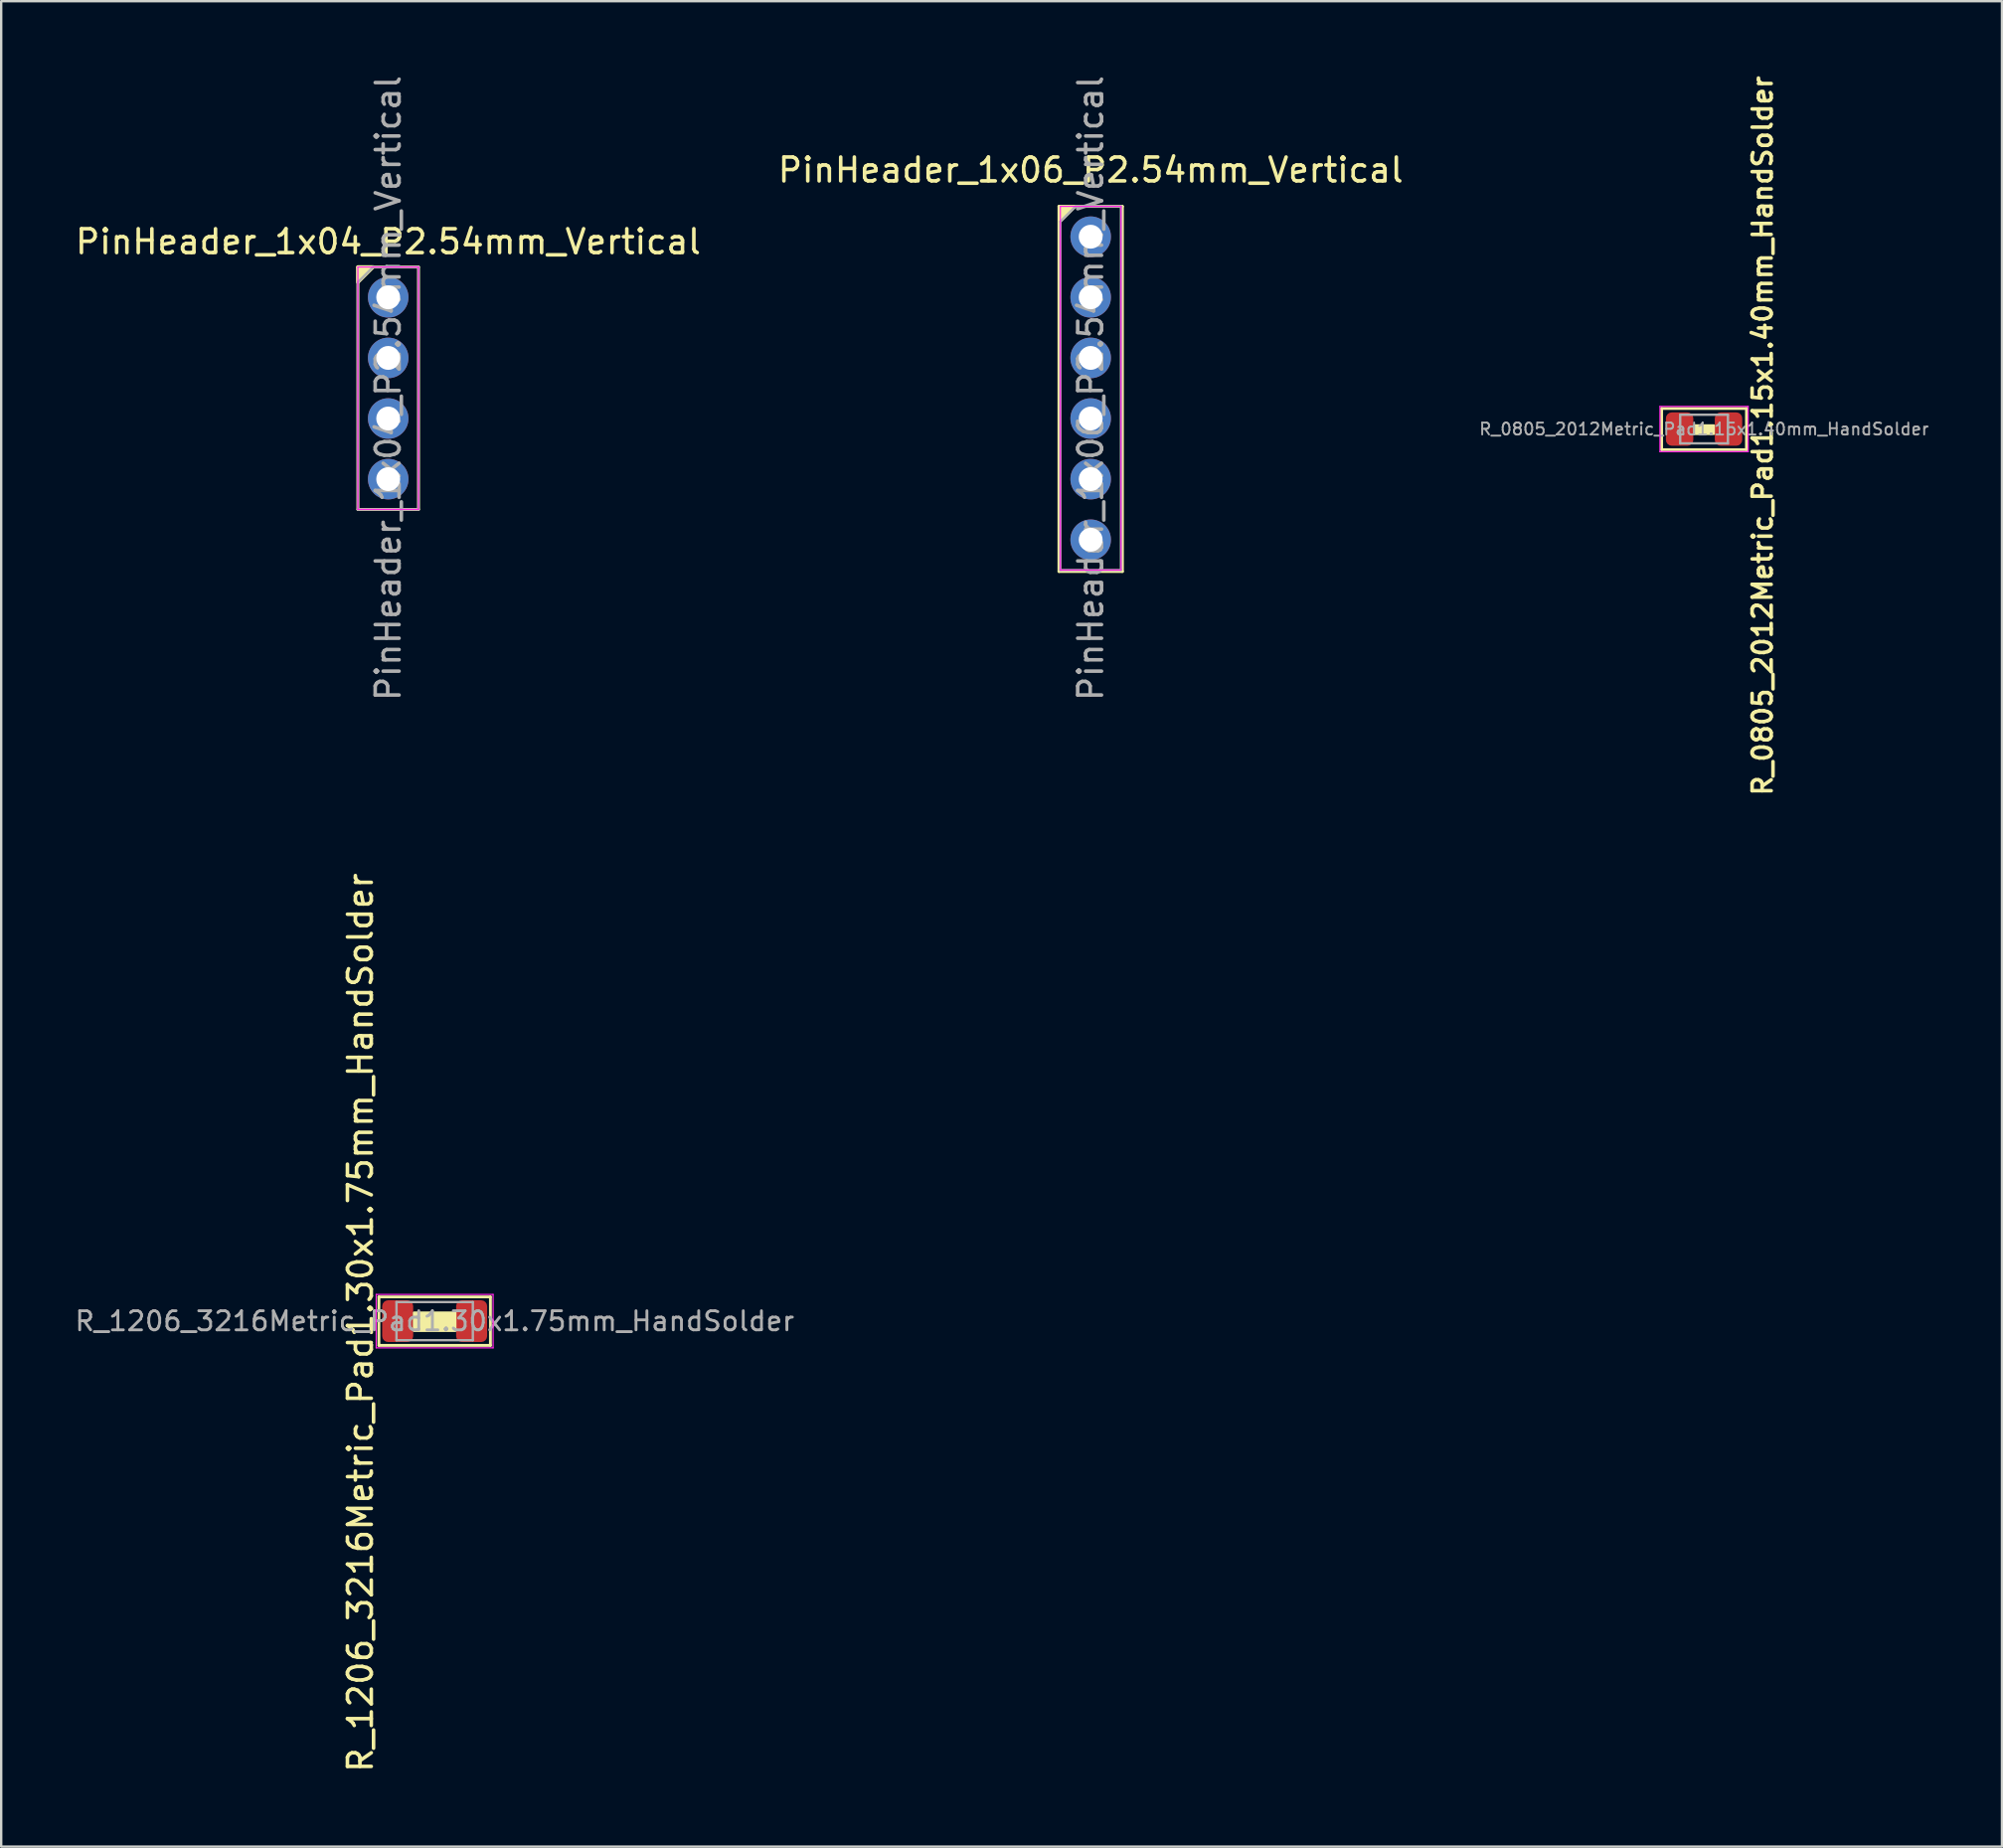
<source format=kicad_pcb>
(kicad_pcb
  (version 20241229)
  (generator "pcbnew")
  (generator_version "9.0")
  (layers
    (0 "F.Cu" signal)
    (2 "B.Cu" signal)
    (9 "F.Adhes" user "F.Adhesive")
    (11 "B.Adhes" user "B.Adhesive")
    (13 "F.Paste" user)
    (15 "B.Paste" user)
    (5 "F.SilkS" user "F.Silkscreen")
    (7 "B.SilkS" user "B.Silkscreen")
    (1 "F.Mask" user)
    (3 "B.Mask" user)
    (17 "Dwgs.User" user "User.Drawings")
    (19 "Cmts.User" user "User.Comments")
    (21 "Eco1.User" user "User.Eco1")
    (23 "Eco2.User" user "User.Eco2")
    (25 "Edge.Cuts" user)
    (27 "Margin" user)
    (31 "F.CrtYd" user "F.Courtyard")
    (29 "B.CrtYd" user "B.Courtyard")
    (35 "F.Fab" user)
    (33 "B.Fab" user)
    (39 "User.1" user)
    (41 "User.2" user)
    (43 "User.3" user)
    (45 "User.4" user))
  (footprint "PinHeader_1x04_P2.54mm_Vertical"
    (layer "F.Cu")
    (at 13.22 9.41)
    (property "Reference" "PinHeader_1x04_P2.54mm_Vertical" (at 0 -2.33 180) (layer "F.SilkS") (effects (font (size 1 1) (thickness 0.15))))
    (attr through_hole)
    (fp_line (start -1.27 -1.27) (end -1.27 8.89) (stroke (width 0.12) (type solid)) (layer "F.SilkS"))
    (fp_line (start -1.27 -1.27) (end 1.27 -1.27) (stroke (width 0.12) (type solid)) (layer "F.SilkS"))
    (fp_line (start -1.27 8.89) (end 1.27 8.89) (stroke (width 0.12) (type solid)) (layer "F.SilkS"))
    (fp_line (start 1.27 -1.27) (end 1.27 8.89) (stroke (width 0.12) (type solid)) (layer "F.SilkS"))
    (fp_poly (pts (xy -1.27 -0.635) (xy -1.27 -1.27) (xy -0.635 -1.27)) (stroke (width 0.15) (type solid)) (fill yes) (layer "F.SilkS"))
    (fp_line (start -1.27 -1.27) (end -1.27 8.89) (stroke (width 0.05) (type solid)) (layer "F.CrtYd"))
    (fp_line (start -1.27 8.89) (end 1.27 8.89) (stroke (width 0.05) (type solid)) (layer "F.CrtYd"))
    (fp_line (start 1.27 -1.27) (end -1.27 -1.27) (stroke (width 0.05) (type solid)) (layer "F.CrtYd"))
    (fp_line (start 1.27 8.89) (end 1.27 -1.27) (stroke (width 0.05) (type solid)) (layer "F.CrtYd"))
    (fp_line (start -1.27 -0.635) (end -0.635 -1.27) (stroke (width 0.1) (type solid)) (layer "F.Fab"))
    (fp_line (start -1.27 8.89) (end -1.27 -0.635) (stroke (width 0.1) (type solid)) (layer "F.Fab"))
    (fp_line (start -0.635 -1.27) (end 1.27 -1.27) (stroke (width 0.1) (type solid)) (layer "F.Fab"))
    (fp_line (start 1.27 -1.27) (end 1.27 8.89) (stroke (width 0.1) (type solid)) (layer "F.Fab"))
    (fp_line (start 1.27 8.89) (end -1.27 8.89) (stroke (width 0.1) (type solid)) (layer "F.Fab"))
    (fp_text user "${REFERENCE}" (at 0 3.81 270) (layer "F.Fab") (effects (font (size 1 1) (thickness 0.15))))
    (pad "1" thru_hole circle (at 0 0) (size 1.7 1.7) (drill 1) (layers "*.Cu" "*.Mask"))
    (pad "2" thru_hole oval (at 0 2.54) (size 1.7 1.7) (drill 1) (layers "*.Cu" "*.Mask"))
    (pad "3" thru_hole oval (at 0 5.08) (size 1.7 1.7) (drill 1) (layers "*.Cu" "*.Mask"))
    (pad "4" thru_hole oval (at 0 7.62) (size 1.7 1.7) (drill 1) (layers "*.Cu" "*.Mask")))
  (footprint "R_1206_3216Metric_Pad1.30x1.75mm_HandSolder"
    (layer "F.Cu")
    (at 15.167 52.318)
    (property "Reference" "R_1206_3216Metric_Pad1.30x1.75mm_HandSolder" (at -3.111 0.064 270) (layer "F.SilkS") (effects (font (size 1 1) (thickness 0.15))))
    (attr smd)
    (fp_line (start -2.337 -1.016) (end 2.337 -1.016) (stroke (width 0.12) (type solid)) (layer "F.SilkS"))
    (fp_line (start -2.337 1.016) (end -2.337 -1.016) (stroke (width 0.12) (type solid)) (layer "F.SilkS"))
    (fp_line (start -2.337 1.016) (end 2.337 1.016) (stroke (width 0.12) (type solid)) (layer "F.SilkS"))
    (fp_line (start 2.337 1.016) (end 2.337 -1.016) (stroke (width 0.12) (type solid)) (layer "F.SilkS"))
    (fp_poly (pts (xy 0.864 0.406) (xy -0.864 0.406) (xy -0.864 -0.356) (xy 0.864 -0.356)) (stroke (width 0.1) (type solid)) (fill yes) (layer "F.SilkS"))
    (fp_line (start -2.45 -1.12) (end 2.45 -1.12) (stroke (width 0.05) (type solid)) (layer "F.CrtYd"))
    (fp_line (start -2.45 1.12) (end -2.45 -1.12) (stroke (width 0.05) (type solid)) (layer "F.CrtYd"))
    (fp_line (start 2.45 -1.12) (end 2.45 1.12) (stroke (width 0.05) (type solid)) (layer "F.CrtYd"))
    (fp_line (start 2.45 1.12) (end -2.45 1.12) (stroke (width 0.05) (type solid)) (layer "F.CrtYd"))
    (fp_line (start -1.6 -0.8) (end 1.6 -0.8) (stroke (width 0.1) (type solid)) (layer "F.Fab"))
    (fp_line (start -1.6 0.8) (end -1.6 -0.8) (stroke (width 0.1) (type solid)) (layer "F.Fab"))
    (fp_line (start 1.6 -0.8) (end 1.6 0.8) (stroke (width 0.1) (type solid)) (layer "F.Fab"))
    (fp_line (start 1.6 0.8) (end -1.6 0.8) (stroke (width 0.1) (type solid)) (layer "F.Fab"))
    (fp_text user "${REFERENCE}" (at 0 0 180) (layer "F.Fab") (effects (font (size 0.8 0.8) (thickness 0.12))))
    (pad "1" smd roundrect (at -1.55 0) (size 1.3 1.75) (layers "F.Cu" "F.Mask" "F.Paste") (roundrect_rratio 0.192))
    (pad "2" smd roundrect (at 1.55 0) (size 1.3 1.75) (layers "F.Cu" "F.Mask" "F.Paste") (roundrect_rratio 0.192)))
  (footprint "PinHeader_1x06_P2.54mm_Vertical"
    (layer "F.Cu")
    (at 42.661 6.87)
    (property "Reference" "PinHeader_1x06_P2.54mm_Vertical" (at 0 -2.794 180) (layer "F.SilkS") (effects (font (size 1 1) (thickness 0.15))))
    (attr through_hole)
    (fp_line (start -1.33 -1.27) (end -1.33 14.03) (stroke (width 0.12) (type solid)) (layer "F.SilkS"))
    (fp_line (start -1.33 -1.27) (end 1.33 -1.27) (stroke (width 0.12) (type solid)) (layer "F.SilkS"))
    (fp_line (start -1.33 14.03) (end 1.33 14.03) (stroke (width 0.12) (type solid)) (layer "F.SilkS"))
    (fp_line (start 1.33 -1.27) (end 1.33 14.03) (stroke (width 0.12) (type solid)) (layer "F.SilkS"))
    (fp_poly (pts (xy -1.333 -0.572) (xy -1.33 -1.27) (xy -0.635 -1.27)) (stroke (width 0.1) (type solid)) (fill yes) (layer "F.SilkS"))
    (fp_line (start -1.27 -1.27) (end -1.27 13.97) (stroke (width 0.05) (type solid)) (layer "F.CrtYd"))
    (fp_line (start -1.27 13.97) (end 1.27 13.97) (stroke (width 0.05) (type solid)) (layer "F.CrtYd"))
    (fp_line (start 1.27 -1.27) (end -1.27 -1.27) (stroke (width 0.05) (type solid)) (layer "F.CrtYd"))
    (fp_line (start 1.27 13.97) (end 1.27 -1.27) (stroke (width 0.05) (type solid)) (layer "F.CrtYd"))
    (fp_line (start -1.27 -0.635) (end -0.635 -1.27) (stroke (width 0.1) (type solid)) (layer "F.Fab"))
    (fp_line (start -1.27 13.97) (end -1.27 -0.635) (stroke (width 0.1) (type solid)) (layer "F.Fab"))
    (fp_line (start -0.635 -1.27) (end 1.27 -1.27) (stroke (width 0.1) (type solid)) (layer "F.Fab"))
    (fp_line (start 1.27 -1.27) (end 1.27 13.97) (stroke (width 0.1) (type solid)) (layer "F.Fab"))
    (fp_line (start 1.27 13.97) (end -1.27 13.97) (stroke (width 0.1) (type solid)) (layer "F.Fab"))
    (fp_text user "${REFERENCE}" (at 0 6.35 90) (layer "F.Fab") (effects (font (size 1 1) (thickness 0.15))))
    (pad "1" thru_hole circle (at 0 0) (size 1.7 1.7) (drill 1) (layers "*.Cu" "*.Mask"))
    (pad "2" thru_hole oval (at 0 2.54) (size 1.7 1.7) (drill 1) (layers "*.Cu" "*.Mask"))
    (pad "3" thru_hole oval (at 0 5.08) (size 1.7 1.7) (drill 1) (layers "*.Cu" "*.Mask"))
    (pad "4" thru_hole oval (at 0 7.62) (size 1.7 1.7) (drill 1) (layers "*.Cu" "*.Mask"))
    (pad "5" thru_hole oval (at 0 10.16) (size 1.7 1.7) (drill 1) (layers "*.Cu" "*.Mask"))
    (pad "6" thru_hole oval (at 0 12.7) (size 1.7 1.7) (drill 1) (layers "*.Cu" "*.Mask")))
  (footprint "R_0805_2012Metric_Pad1.15x1.40mm_HandSolder"
    (layer "F.Cu")
    (at 68.368 14.932)
    (property "Reference" "R_0805_2012Metric_Pad1.15x1.40mm_HandSolder" (at 2.451 0.279 270) (layer "F.SilkS") (effects (font (size 0.8 0.8) (thickness 0.15))))
    (attr smd)
    (fp_line (start -1.778 -0.864) (end 1.778 -0.864) (stroke (width 0.12) (type solid)) (layer "F.SilkS"))
    (fp_line (start -1.778 0.864) (end -1.778 -0.864) (stroke (width 0.12) (type solid)) (layer "F.SilkS"))
    (fp_line (start -1.778 0.864) (end 1.778 0.864) (stroke (width 0.12) (type solid)) (layer "F.SilkS"))
    (fp_line (start 1.778 0.864) (end 1.778 -0.864) (stroke (width 0.12) (type solid)) (layer "F.SilkS"))
    (fp_poly (pts (xy 0.406 0.203) (xy -0.406 0.203) (xy -0.406 -0.152) (xy 0.406 -0.152)) (stroke (width 0.1) (type solid)) (fill yes) (layer "F.SilkS"))
    (fp_line (start -1.85 -0.95) (end 1.85 -0.95) (stroke (width 0.05) (type solid)) (layer "F.CrtYd"))
    (fp_line (start -1.85 0.95) (end -1.85 -0.95) (stroke (width 0.05) (type solid)) (layer "F.CrtYd"))
    (fp_line (start 1.85 -0.95) (end 1.85 0.95) (stroke (width 0.05) (type solid)) (layer "F.CrtYd"))
    (fp_line (start 1.85 0.95) (end -1.85 0.95) (stroke (width 0.05) (type solid)) (layer "F.CrtYd"))
    (fp_line (start -1 -0.6) (end 1 -0.6) (stroke (width 0.1) (type solid)) (layer "F.Fab"))
    (fp_line (start -1 0.6) (end -1 -0.6) (stroke (width 0.1) (type solid)) (layer "F.Fab"))
    (fp_line (start 1 -0.6) (end 1 0.6) (stroke (width 0.1) (type solid)) (layer "F.Fab"))
    (fp_line (start 1 0.6) (end -1 0.6) (stroke (width 0.1) (type solid)) (layer "F.Fab"))
    (fp_text user "${REFERENCE}" (at 0 0 180) (layer "F.Fab") (effects (font (size 0.5 0.5) (thickness 0.08))))
    (pad "1" smd roundrect (at -1.025 0) (size 1.15 1.4) (layers "F.Cu" "F.Mask" "F.Paste") (roundrect_rratio 0.217))
    (pad "2" smd roundrect (at 1.025 0) (size 1.15 1.4) (layers "F.Cu" "F.Mask" "F.Paste") (roundrect_rratio 0.217)))
  (gr_rect
    (start -3 -3)
    (end 80.854 74.34)
    (stroke (width 0.1) (type default))
    (fill no)
    (layer "Edge.Cuts")))
</source>
